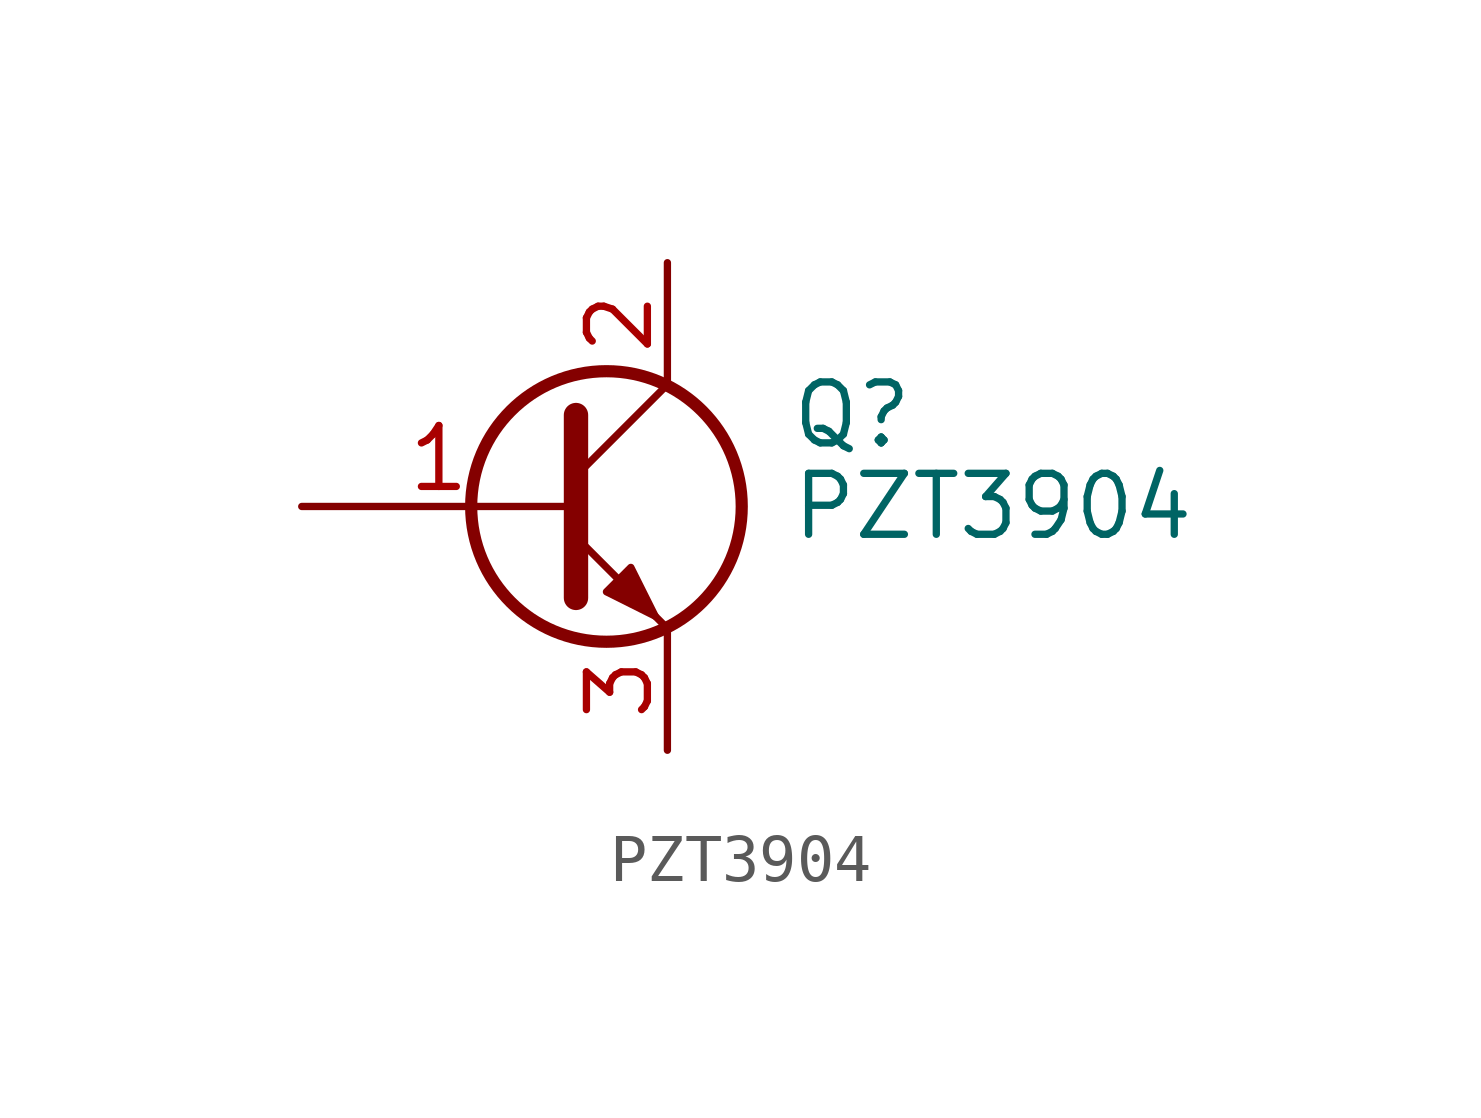
<source format=kicad_sym>
(kicad_symbol_lib
  (version 20220914)
  (generator kicad_symbol_editor)
  (symbol "PZT3904"
    (pin_names
      (offset 0) hide)
    (property "Reference" "Q"
      (at 5.08 1.905 0)
      (effects (font (size 1.27 1.27)) (justify left)))
    (property "Value" "PZT3904"
      (at 5.08 0 0)
      (effects (font (size 1.27 1.27)) (justify left)))
    (symbol "PZT3904_0_1"
      (polyline (pts (xy 0.635 0.635) (xy 2.54 2.54)) (stroke (width 0) (type default)) (fill (type none)))
      (polyline (pts (xy 0.635 -0.635) (xy 2.54 -2.54) (xy 2.54 -2.54)) (stroke (width 0) (type default)) (fill (type none)))
      (polyline (pts (xy 0.635 1.905) (xy 0.635 -1.905) (xy 0.635 -1.905)) (stroke (width 0.508) (type default)) (fill (type none)))
      (polyline (pts (xy 1.27 -1.778) (xy 1.778 -1.27) (xy 2.286 -2.286) (xy 1.27 -1.778) (xy 1.27 -1.778)) (stroke (width 0) (type default)) (fill (type outline)))
      (circle (center 1.27 0) (radius 2.819) (stroke (width 0.254) (type default)) (fill (type none))))
    (symbol "PZT3904_1_1"
      (pin input line (at -5.08 0 0) (length 5.715) (name "B" (effects (font (size 1.27 1.27)))) (number "1" (effects (font (size 1.27 1.27)))))
      (pin passive line (at 2.54 5.08 270) (length 2.54) (name "C" (effects (font (size 1.27 1.27)))) (number "2" (effects (font (size 1.27 1.27)))))
      (pin passive line (at 2.54 -5.08 90) (length 2.54) (name "E" (effects (font (size 1.27 1.27)))) (number "3" (effects (font (size 1.27 1.27)))))
      (pin passive line (at 2.54 5.08 270) (length 2.54) hide (name "C" (effects (font (size 1.27 1.27)))) (number "4" (effects (font (size 1.27 1.27))))))))
</source>
